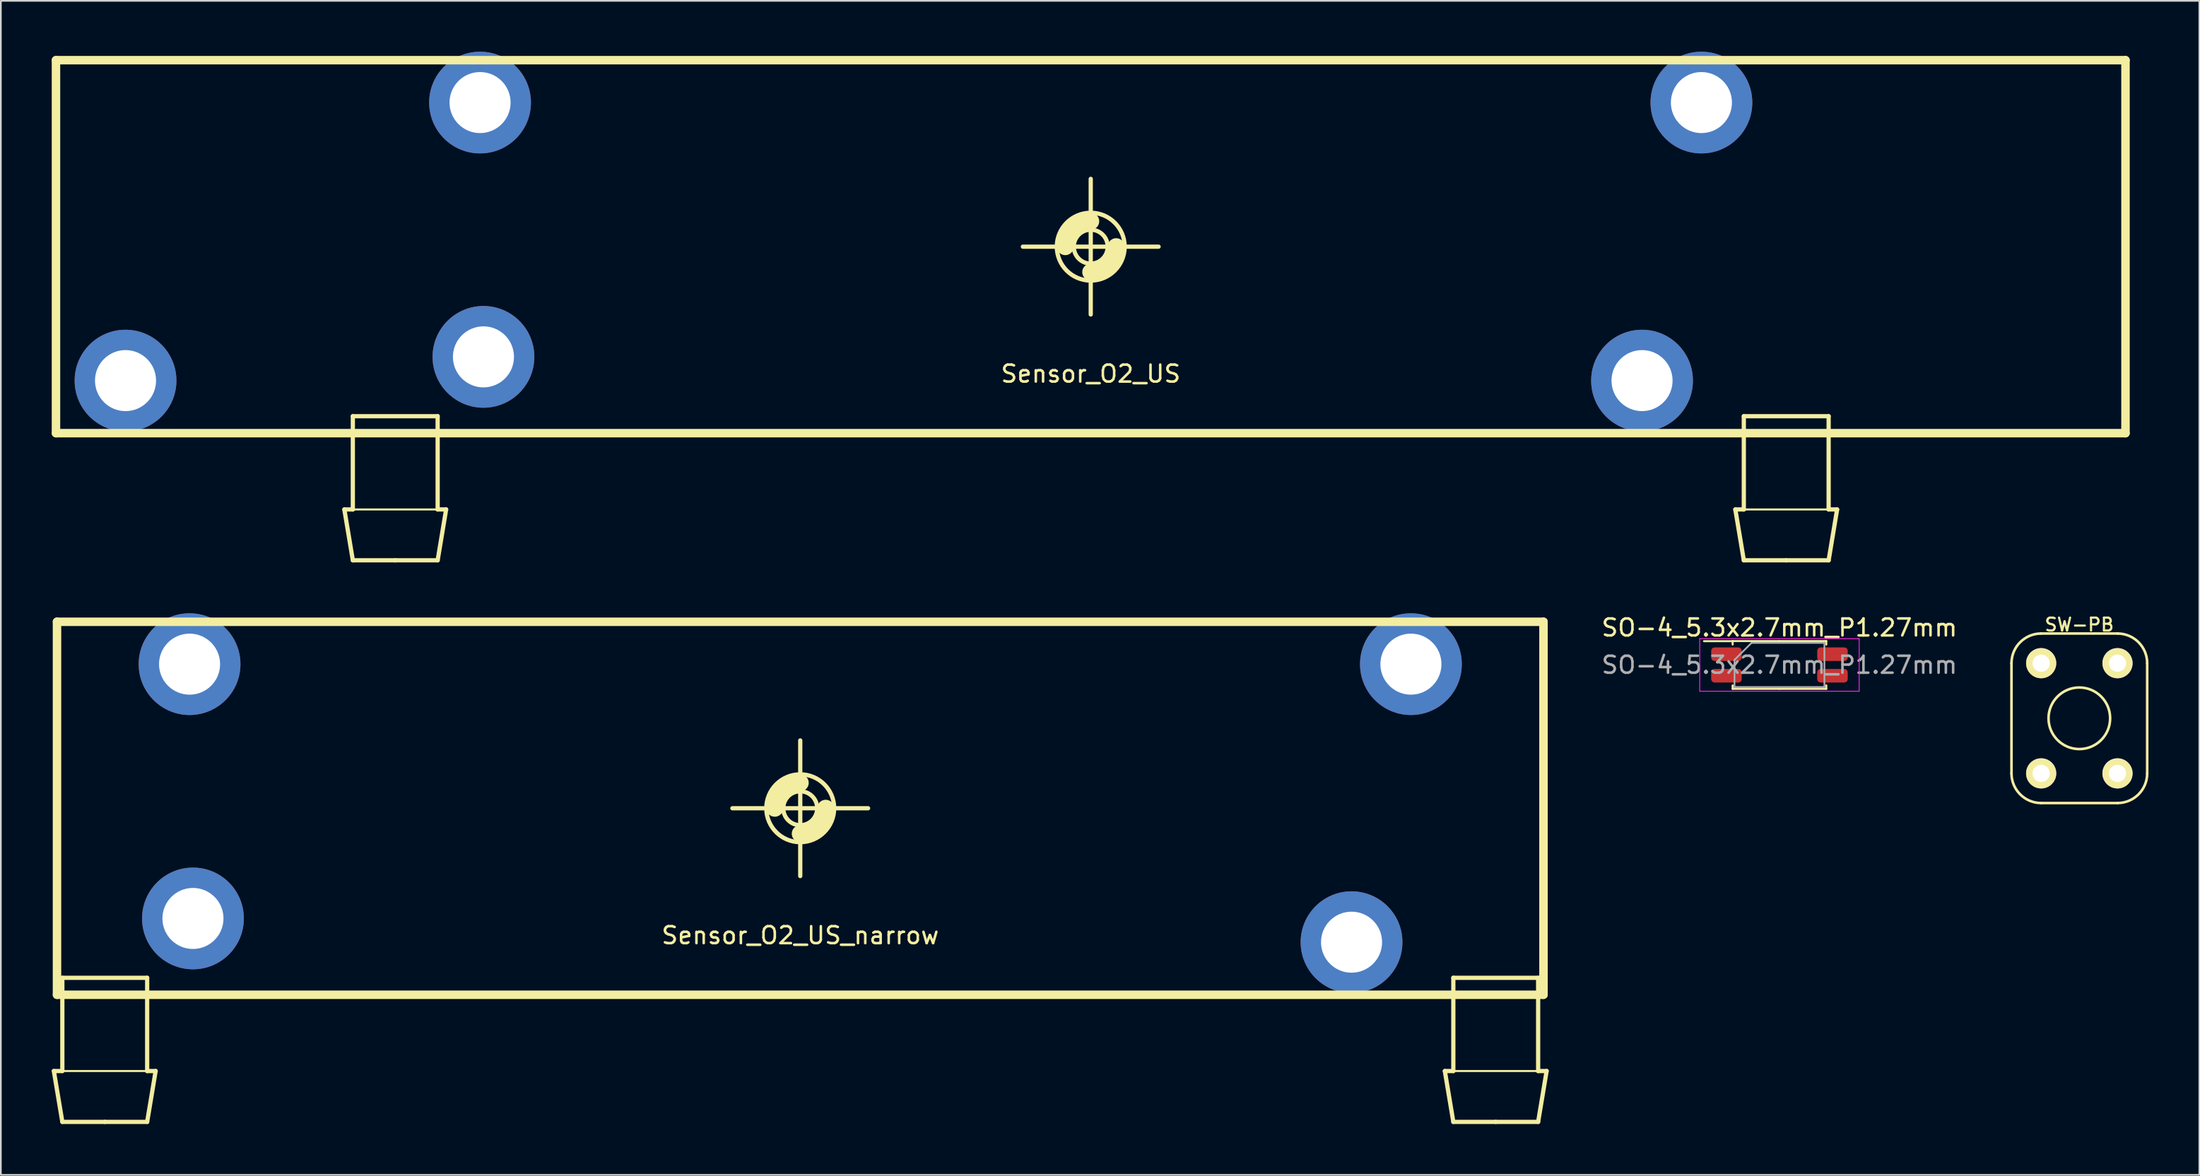
<source format=kicad_pcb>
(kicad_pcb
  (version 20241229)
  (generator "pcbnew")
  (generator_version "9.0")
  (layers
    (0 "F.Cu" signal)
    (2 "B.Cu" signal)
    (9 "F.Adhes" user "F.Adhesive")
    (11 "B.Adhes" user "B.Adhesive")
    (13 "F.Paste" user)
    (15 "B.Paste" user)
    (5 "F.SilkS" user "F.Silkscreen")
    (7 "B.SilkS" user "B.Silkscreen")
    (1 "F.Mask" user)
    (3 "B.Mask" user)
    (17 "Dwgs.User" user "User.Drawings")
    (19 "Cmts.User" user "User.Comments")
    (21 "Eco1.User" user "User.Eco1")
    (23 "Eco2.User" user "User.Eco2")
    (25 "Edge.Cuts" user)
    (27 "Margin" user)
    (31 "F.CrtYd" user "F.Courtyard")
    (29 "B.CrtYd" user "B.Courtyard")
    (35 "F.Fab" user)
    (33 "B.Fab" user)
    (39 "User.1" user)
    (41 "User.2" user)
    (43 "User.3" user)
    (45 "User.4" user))
  (footprint "Sensor_O2_US"
    (layer "F.Cu")
    (at 61.25 11.5)
    (property "Reference" "Sensor_O2_US" (at 0 7.5 0) (layer "F.SilkS") (effects (font (size 1 1) (thickness 0.15))))
    (attr through_hole)
    (fp_line (start -61 -11) (end -61 11) (stroke (width 0.5) (type solid)) (layer "F.SilkS"))
    (fp_line (start -61 11) (end 61 11) (stroke (width 0.5) (type solid)) (layer "F.SilkS"))
    (fp_line (start -44 15.5) (end -43.5 15.5) (stroke (width 0.25) (type solid)) (layer "F.SilkS"))
    (fp_line (start -43.5 10) (end -38.5 10) (stroke (width 0.25) (type solid)) (layer "F.SilkS"))
    (fp_line (start -43.5 15.5) (end -43.5 10) (stroke (width 0.25) (type solid)) (layer "F.SilkS"))
    (fp_line (start -43.5 15.5) (end -38.5 15.5) (stroke (width 0.12) (type solid)) (layer "F.SilkS"))
    (fp_line (start -43.5 18.5) (end -44 15.5) (stroke (width 0.25) (type solid)) (layer "F.SilkS"))
    (fp_line (start -41 18.5) (end -43.5 18.5) (stroke (width 0.25) (type solid)) (layer "F.SilkS"))
    (fp_line (start -38.5 10) (end -38.5 15.5) (stroke (width 0.25) (type solid)) (layer "F.SilkS"))
    (fp_line (start -38.5 15.5) (end -38 15.5) (stroke (width 0.25) (type solid)) (layer "F.SilkS"))
    (fp_line (start -38.5 18.5) (end -41 18.5) (stroke (width 0.25) (type solid)) (layer "F.SilkS"))
    (fp_line (start -38 15.5) (end -38.5 18.5) (stroke (width 0.25) (type solid)) (layer "F.SilkS"))
    (fp_line (start -4 0) (end 4 0) (stroke (width 0.25) (type solid)) (layer "F.SilkS"))
    (fp_line (start 0 -4) (end 0 4) (stroke (width 0.25) (type solid)) (layer "F.SilkS"))
    (fp_line (start 38 15.5) (end 38.5 15.5) (stroke (width 0.25) (type solid)) (layer "F.SilkS"))
    (fp_line (start 38.5 10) (end 43.5 10) (stroke (width 0.25) (type solid)) (layer "F.SilkS"))
    (fp_line (start 38.5 15.5) (end 38.5 10) (stroke (width 0.25) (type solid)) (layer "F.SilkS"))
    (fp_line (start 38.5 15.5) (end 43.5 15.5) (stroke (width 0.12) (type solid)) (layer "F.SilkS"))
    (fp_line (start 38.5 18.5) (end 38 15.5) (stroke (width 0.25) (type solid)) (layer "F.SilkS"))
    (fp_line (start 41 18.5) (end 38.5 18.5) (stroke (width 0.25) (type solid)) (layer "F.SilkS"))
    (fp_line (start 43.5 10) (end 43.5 15.5) (stroke (width 0.25) (type solid)) (layer "F.SilkS"))
    (fp_line (start 43.5 15.5) (end 44 15.5) (stroke (width 0.25) (type solid)) (layer "F.SilkS"))
    (fp_line (start 43.5 18.5) (end 41 18.5) (stroke (width 0.25) (type solid)) (layer "F.SilkS"))
    (fp_line (start 44 15.5) (end 43.5 18.5) (stroke (width 0.25) (type solid)) (layer "F.SilkS"))
    (fp_line (start 61 -11) (end -61 -11) (stroke (width 0.5) (type solid)) (layer "F.SilkS"))
    (fp_line (start 61 11) (end 61 -11) (stroke (width 0.5) (type solid)) (layer "F.SilkS"))
    (fp_arc (start -1.5 0) (mid -1.06066 -1.06066) (end 0 -1.5) (stroke (width 1) (type solid)) (layer "F.SilkS"))
    (fp_arc (start 1.5 0) (mid 1.06066 1.06066) (end 0 1.5) (stroke (width 1) (type solid)) (layer "F.SilkS"))
    (fp_circle (center 0 0) (end 1 0) (stroke (width 0.25) (type solid)) (fill no) (layer "F.SilkS"))
    (fp_circle (center 0 0) (end 2 0) (stroke (width 0.25) (type solid)) (fill no) (layer "F.SilkS"))
    (pad "1" thru_hole circle (at -36 -8.5) (size 6 6) (drill 3.6) (layers "*.Cu" "*.Mask"))
    (pad "2" thru_hole circle (at 36 -8.5) (size 6 6) (drill 3.6) (layers "*.Cu" "*.Mask"))
    (pad "3" thru_hole circle (at 32.5 7.9) (size 6 6) (drill 3.6) (layers "*.Cu" "*.Mask"))
    (pad "4" thru_hole circle (at -35.8 6.5) (size 6 6) (drill 3.6) (layers "*.Cu" "*.Mask"))
    (pad "5" thru_hole circle (at -56.9 7.9) (size 6 6) (drill 3.6) (layers "*.Cu" "*.Mask")))
  (footprint "Sensor_O2_US_narrow"
    (layer "F.Cu")
    (at 44.125 44.625)
    (property "Reference" "Sensor_O2_US_narrow" (at 0 7.5 0) (layer "F.SilkS") (effects (font (size 1 1) (thickness 0.15))))
    (attr through_hole)
    (fp_line (start -44 15.5) (end -43.5 15.5) (stroke (width 0.25) (type solid)) (layer "F.SilkS"))
    (fp_line (start -43.815 -11) (end -43.815 11) (stroke (width 0.5) (type solid)) (layer "F.SilkS"))
    (fp_line (start -43.815 11) (end 43.815 11) (stroke (width 0.5) (type solid)) (layer "F.SilkS"))
    (fp_line (start -43.5 10) (end -38.5 10) (stroke (width 0.25) (type solid)) (layer "F.SilkS"))
    (fp_line (start -43.5 15.5) (end -43.5 10) (stroke (width 0.25) (type solid)) (layer "F.SilkS"))
    (fp_line (start -43.5 15.5) (end -38.5 15.5) (stroke (width 0.12) (type solid)) (layer "F.SilkS"))
    (fp_line (start -43.5 18.5) (end -44 15.5) (stroke (width 0.25) (type solid)) (layer "F.SilkS"))
    (fp_line (start -41 18.5) (end -43.5 18.5) (stroke (width 0.25) (type solid)) (layer "F.SilkS"))
    (fp_line (start -38.5 10) (end -38.5 15.5) (stroke (width 0.25) (type solid)) (layer "F.SilkS"))
    (fp_line (start -38.5 15.5) (end -38 15.5) (stroke (width 0.25) (type solid)) (layer "F.SilkS"))
    (fp_line (start -38.5 18.5) (end -41 18.5) (stroke (width 0.25) (type solid)) (layer "F.SilkS"))
    (fp_line (start -38 15.5) (end -38.5 18.5) (stroke (width 0.25) (type solid)) (layer "F.SilkS"))
    (fp_line (start -4 0) (end 4 0) (stroke (width 0.25) (type solid)) (layer "F.SilkS"))
    (fp_line (start 0 -4) (end 0 4) (stroke (width 0.25) (type solid)) (layer "F.SilkS"))
    (fp_line (start 38 15.5) (end 38.5 15.5) (stroke (width 0.25) (type solid)) (layer "F.SilkS"))
    (fp_line (start 38.5 10) (end 43.5 10) (stroke (width 0.25) (type solid)) (layer "F.SilkS"))
    (fp_line (start 38.5 15.5) (end 38.5 10) (stroke (width 0.25) (type solid)) (layer "F.SilkS"))
    (fp_line (start 38.5 15.5) (end 43.5 15.5) (stroke (width 0.12) (type solid)) (layer "F.SilkS"))
    (fp_line (start 38.5 18.5) (end 38 15.5) (stroke (width 0.25) (type solid)) (layer "F.SilkS"))
    (fp_line (start 41 18.5) (end 38.5 18.5) (stroke (width 0.25) (type solid)) (layer "F.SilkS"))
    (fp_line (start 43.5 10) (end 43.5 15.5) (stroke (width 0.25) (type solid)) (layer "F.SilkS"))
    (fp_line (start 43.5 15.5) (end 44 15.5) (stroke (width 0.25) (type solid)) (layer "F.SilkS"))
    (fp_line (start 43.5 18.5) (end 41 18.5) (stroke (width 0.25) (type solid)) (layer "F.SilkS"))
    (fp_line (start 43.815 -11) (end -43.815 -11) (stroke (width 0.5) (type solid)) (layer "F.SilkS"))
    (fp_line (start 43.815 11) (end 43.815 -11) (stroke (width 0.5) (type solid)) (layer "F.SilkS"))
    (fp_line (start 44 15.5) (end 43.5 18.5) (stroke (width 0.25) (type solid)) (layer "F.SilkS"))
    (fp_arc (start -1.5 0) (mid -1.06066 -1.06066) (end 0 -1.5) (stroke (width 1) (type solid)) (layer "F.SilkS"))
    (fp_arc (start 1.5 0) (mid 1.06066 1.06066) (end 0 1.5) (stroke (width 1) (type solid)) (layer "F.SilkS"))
    (fp_circle (center 0 0) (end 1 0) (stroke (width 0.25) (type solid)) (fill no) (layer "F.SilkS"))
    (fp_circle (center 0 0) (end 2 0) (stroke (width 0.25) (type solid)) (fill no) (layer "F.SilkS"))
    (pad "1" thru_hole circle (at -36 -8.5) (size 6 6) (drill 3.6) (layers "*.Cu" "*.Mask"))
    (pad "2" thru_hole circle (at 36 -8.5) (size 6 6) (drill 3.6) (layers "*.Cu" "*.Mask"))
    (pad "3" thru_hole circle (at 32.5 7.9) (size 6 6) (drill 3.6) (layers "*.Cu" "*.Mask"))
    (pad "4" thru_hole circle (at -35.8 6.5) (size 6 6) (drill 3.6) (layers "*.Cu" "*.Mask")))
  (footprint "SW-PB"
    (layer "F.Cu")
    (at 119.529 39.318)
    (property "Reference" "SW-PB" (at 0 -5.524 0) (layer "F.SilkS") (effects (font (size 0.762 0.762) (thickness 0.127))))
    (attr through_hole)
    (fp_line (start -4 3.25) (end -4 -3.25) (stroke (width 0.152) (type solid)) (layer "F.SilkS"))
    (fp_line (start -2.25 -5) (end 2.25 -5) (stroke (width 0.152) (type solid)) (layer "F.SilkS"))
    (fp_line (start 2.25 5) (end -2.25 5) (stroke (width 0.152) (type solid)) (layer "F.SilkS"))
    (fp_line (start 4 -3.25) (end 4 3.25) (stroke (width 0.152) (type solid)) (layer "F.SilkS"))
    (fp_arc (start -4 -3.25) (mid -3.487437 -4.487437) (end -2.25 -5) (stroke (width 0.1524) (type solid)) (layer "F.SilkS"))
    (fp_arc (start -2.25 5) (mid -3.487437 4.487437) (end -4 3.25) (stroke (width 0.1524) (type solid)) (layer "F.SilkS"))
    (fp_arc (start 2.25 -5) (mid 3.487437 -4.487437) (end 4 -3.25) (stroke (width 0.1524) (type solid)) (layer "F.SilkS"))
    (fp_arc (start 4 3.25) (mid 3.487437 4.487437) (end 2.25 5) (stroke (width 0.1524) (type solid)) (layer "F.SilkS"))
    (fp_circle (center 0 0) (end -1.816 0) (stroke (width 0.152) (type solid)) (fill no) (layer "F.SilkS"))
    (pad "1" thru_hole circle (at -2.25 -3.25) (size 1.778 1.778) (drill 1.016) (layers "*.Cu" "*.Mask" "F.SilkS"))
    (pad "1" thru_hole circle (at -2.25 3.25) (size 1.778 1.778) (drill 1.016) (layers "*.Cu" "*.Mask" "F.SilkS"))
    (pad "2" thru_hole circle (at 2.25 -3.25) (size 1.778 1.778) (drill 1.016) (layers "*.Cu" "*.Mask" "F.SilkS"))
    (pad "2" thru_hole circle (at 2.25 3.25) (size 1.778 1.778) (drill 1.016) (layers "*.Cu" "*.Mask" "F.SilkS")))
  (footprint "SO-4_5.3x2.7mm_P1.27mm"
    (layer "F.Cu")
    (at 101.851 36.173)
    (property "Reference" "SO-4_5.3x2.7mm_P1.27mm" (at 0 -2.2 0) (layer "F.SilkS") (effects (font (size 1 1) (thickness 0.15))))
    (attr smd)
    (fp_line (start -2.76 -1.41) (end -2.76 -1.205) (stroke (width 0.12) (type solid)) (layer "F.SilkS"))
    (fp_line (start -2.76 -1.405) (end -4.45 -1.405) (stroke (width 0.12) (type solid)) (layer "F.SilkS"))
    (fp_line (start -2.76 1.41) (end -2.76 1.205) (stroke (width 0.12) (type solid)) (layer "F.SilkS"))
    (fp_line (start 0 -1.41) (end -2.76 -1.41) (stroke (width 0.12) (type solid)) (layer "F.SilkS"))
    (fp_line (start 0 -1.41) (end 2.76 -1.41) (stroke (width 0.12) (type solid)) (layer "F.SilkS"))
    (fp_line (start 0 1.41) (end -2.76 1.41) (stroke (width 0.12) (type solid)) (layer "F.SilkS"))
    (fp_line (start 0 1.41) (end 2.76 1.41) (stroke (width 0.12) (type solid)) (layer "F.SilkS"))
    (fp_line (start 2.76 -1.41) (end 2.76 -1.205) (stroke (width 0.12) (type solid)) (layer "F.SilkS"))
    (fp_line (start 2.76 1.41) (end 2.76 1.205) (stroke (width 0.12) (type solid)) (layer "F.SilkS"))
    (fp_line (start -4.7 -1.55) (end -4.7 1.55) (stroke (width 0.05) (type solid)) (layer "F.CrtYd"))
    (fp_line (start -4.7 1.55) (end 4.7 1.55) (stroke (width 0.05) (type solid)) (layer "F.CrtYd"))
    (fp_line (start 4.7 -1.55) (end -4.7 -1.55) (stroke (width 0.05) (type solid)) (layer "F.CrtYd"))
    (fp_line (start 4.7 1.55) (end 4.7 -1.55) (stroke (width 0.05) (type solid)) (layer "F.CrtYd"))
    (fp_line (start -2.65 -0.3) (end -1.65 -1.3) (stroke (width 0.1) (type solid)) (layer "F.Fab"))
    (fp_line (start -2.65 1.3) (end -2.65 -0.3) (stroke (width 0.1) (type solid)) (layer "F.Fab"))
    (fp_line (start -1.65 -1.3) (end 2.65 -1.3) (stroke (width 0.1) (type solid)) (layer "F.Fab"))
    (fp_line (start 2.65 -1.3) (end 2.65 1.3) (stroke (width 0.1) (type solid)) (layer "F.Fab"))
    (fp_line (start 2.65 1.3) (end -2.65 1.3) (stroke (width 0.1) (type solid)) (layer "F.Fab"))
    (fp_text user "${REFERENCE}" (at 0 0 0) (layer "F.Fab") (effects (font (size 1 1) (thickness 0.15))))
    (pad "1" smd roundrect (at -3.125 -0.635) (size 1.8 0.8) (layers "F.Cu" "F.Mask" "F.Paste") (roundrect_rratio 0.25))
    (pad "2" smd roundrect (at -3.125 0.635) (size 1.8 0.8) (layers "F.Cu" "F.Mask" "F.Paste") (roundrect_rratio 0.25))
    (pad "3" smd roundrect (at 3.125 0.635) (size 1.8 0.8) (layers "F.Cu" "F.Mask" "F.Paste") (roundrect_rratio 0.25))
    (pad "4" smd roundrect (at 3.125 -0.635) (size 1.8 0.8) (layers "F.Cu" "F.Mask" "F.Paste") (roundrect_rratio 0.25)))
  (gr_rect
    (start -3 -3)
    (end 126.605 66.25)
    (stroke (width 0.1) (type default))
    (fill no)
    (layer "Edge.Cuts")))
</source>
